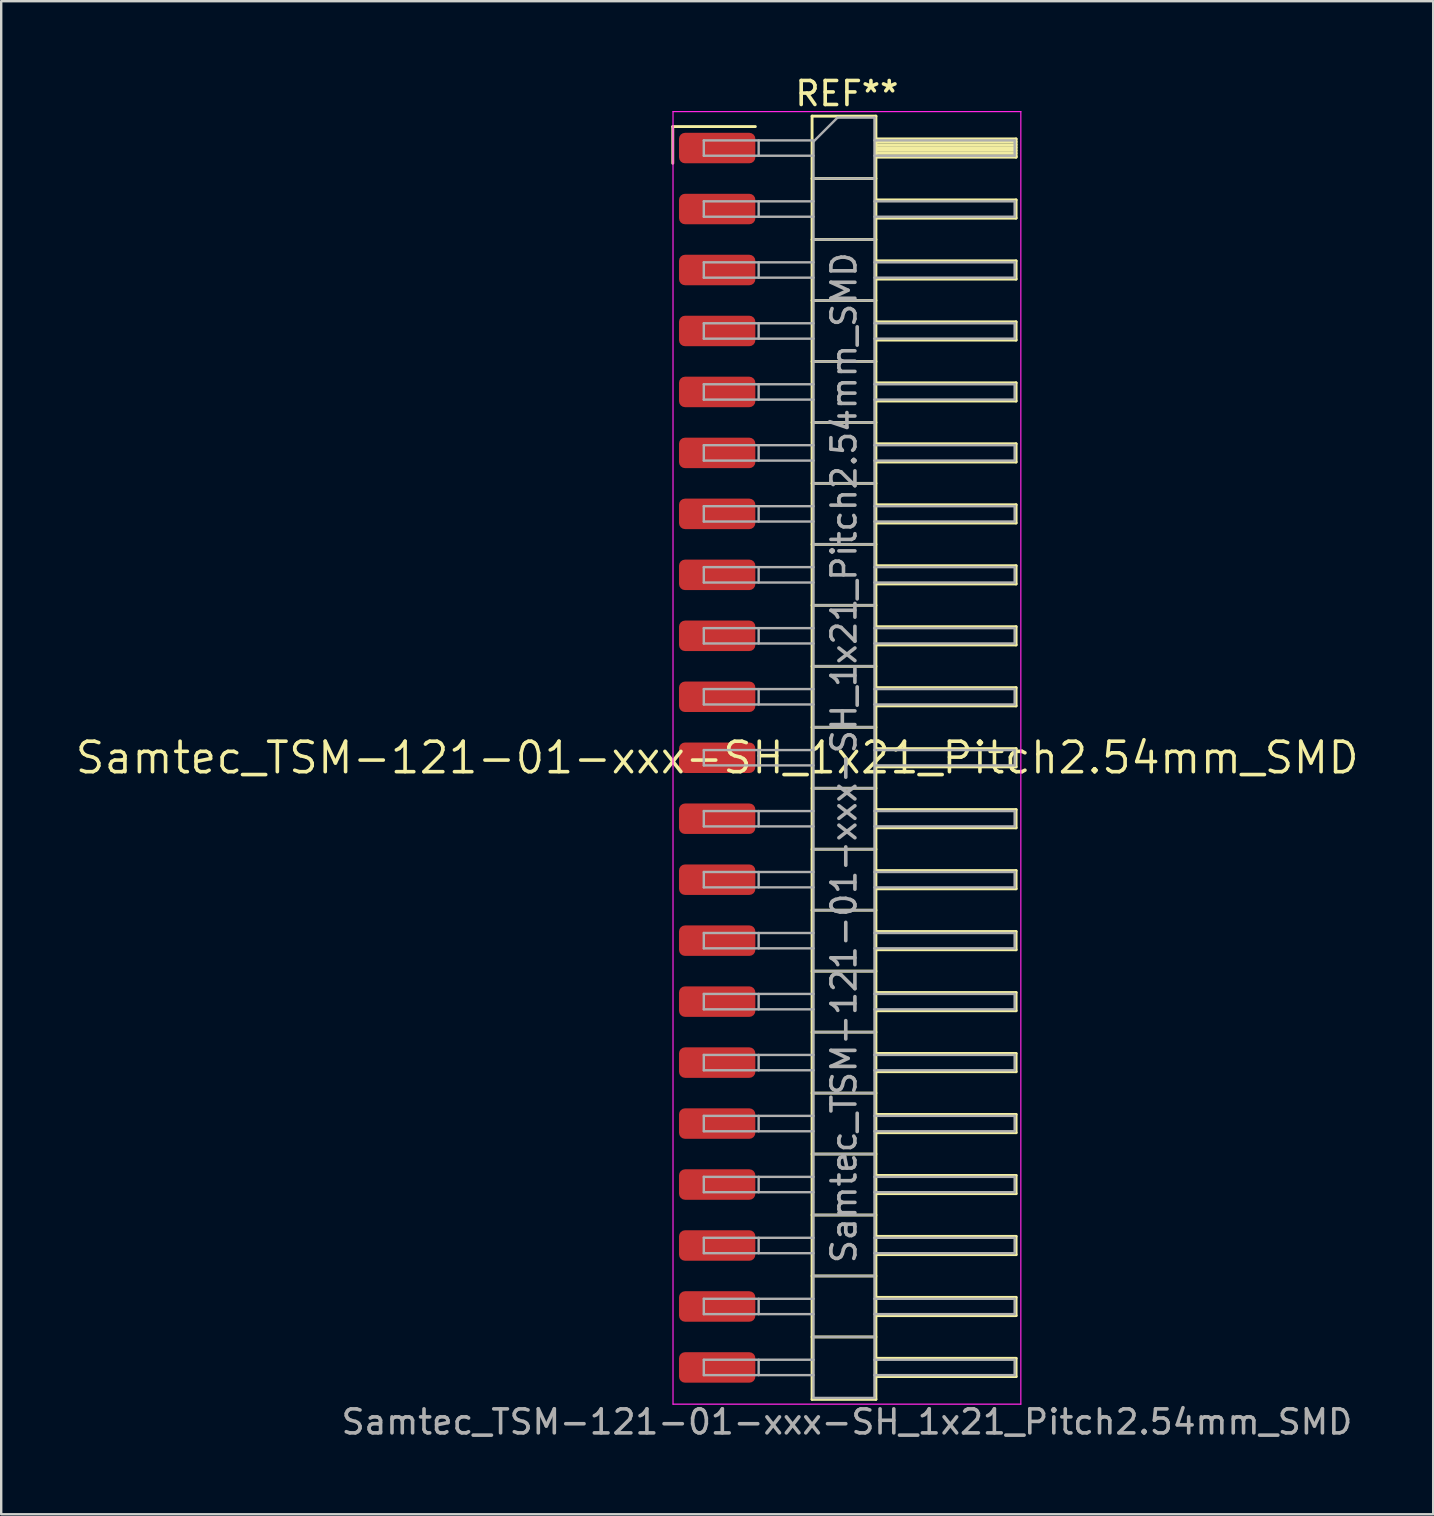
<source format=kicad_pcb>
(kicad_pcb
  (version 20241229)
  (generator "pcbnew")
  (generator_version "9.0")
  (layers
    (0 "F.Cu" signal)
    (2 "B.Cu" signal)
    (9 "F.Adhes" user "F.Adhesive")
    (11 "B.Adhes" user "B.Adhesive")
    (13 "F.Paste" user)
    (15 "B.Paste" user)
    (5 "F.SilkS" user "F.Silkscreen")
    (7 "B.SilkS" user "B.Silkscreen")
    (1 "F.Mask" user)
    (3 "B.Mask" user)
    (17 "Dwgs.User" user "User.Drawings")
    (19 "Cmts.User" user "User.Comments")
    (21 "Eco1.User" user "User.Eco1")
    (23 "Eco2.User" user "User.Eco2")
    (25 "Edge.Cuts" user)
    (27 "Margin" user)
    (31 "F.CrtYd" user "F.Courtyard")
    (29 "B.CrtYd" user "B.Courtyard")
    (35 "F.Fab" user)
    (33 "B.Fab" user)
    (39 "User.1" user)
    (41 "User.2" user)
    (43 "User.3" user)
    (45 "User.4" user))
  (footprint "Samtec_TSM-121-01-xxx-SH_1x21_Pitch2.54mm_SMD"
    (layer "F.Cu")
    (at 26.828 28.518)
    (property "Reference" "Samtec_TSM-121-01-xxx-SH_1x21_Pitch2.54mm_SMD" (at 0 0 0) (layer "F.SilkS") (effects (font (size 1.27 1.27) (thickness 0.15))))
    (attr smd)
    (fp_line (start -1.85 -26.295) (end 1.59 -26.295) (stroke (width 0.12) (type solid)) (layer "F.SilkS"))
    (fp_line (start -1.85 -24.765) (end -1.85 -26.295) (stroke (width 0.12) (type solid)) (layer "F.SilkS"))
    (fp_line (start 3.953 -26.73) (end 6.613 -26.73) (stroke (width 0.12) (type solid)) (layer "F.SilkS"))
    (fp_line (start 3.953 -24.13) (end 6.613 -24.13) (stroke (width 0.12) (type solid)) (layer "F.SilkS"))
    (fp_line (start 3.953 -21.59) (end 6.613 -21.59) (stroke (width 0.12) (type solid)) (layer "F.SilkS"))
    (fp_line (start 3.953 -19.05) (end 6.613 -19.05) (stroke (width 0.12) (type solid)) (layer "F.SilkS"))
    (fp_line (start 3.953 -16.51) (end 6.613 -16.51) (stroke (width 0.12) (type solid)) (layer "F.SilkS"))
    (fp_line (start 3.953 -13.97) (end 6.613 -13.97) (stroke (width 0.12) (type solid)) (layer "F.SilkS"))
    (fp_line (start 3.953 -11.43) (end 6.613 -11.43) (stroke (width 0.12) (type solid)) (layer "F.SilkS"))
    (fp_line (start 3.953 -8.89) (end 6.613 -8.89) (stroke (width 0.12) (type solid)) (layer "F.SilkS"))
    (fp_line (start 3.953 -6.35) (end 6.613 -6.35) (stroke (width 0.12) (type solid)) (layer "F.SilkS"))
    (fp_line (start 3.953 -3.81) (end 6.613 -3.81) (stroke (width 0.12) (type solid)) (layer "F.SilkS"))
    (fp_line (start 3.953 -1.27) (end 6.613 -1.27) (stroke (width 0.12) (type solid)) (layer "F.SilkS"))
    (fp_line (start 3.953 1.27) (end 6.613 1.27) (stroke (width 0.12) (type solid)) (layer "F.SilkS"))
    (fp_line (start 3.953 3.81) (end 6.613 3.81) (stroke (width 0.12) (type solid)) (layer "F.SilkS"))
    (fp_line (start 3.953 6.35) (end 6.613 6.35) (stroke (width 0.12) (type solid)) (layer "F.SilkS"))
    (fp_line (start 3.953 8.89) (end 6.613 8.89) (stroke (width 0.12) (type solid)) (layer "F.SilkS"))
    (fp_line (start 3.953 11.43) (end 6.613 11.43) (stroke (width 0.12) (type solid)) (layer "F.SilkS"))
    (fp_line (start 3.953 13.97) (end 6.613 13.97) (stroke (width 0.12) (type solid)) (layer "F.SilkS"))
    (fp_line (start 3.953 16.51) (end 6.613 16.51) (stroke (width 0.12) (type solid)) (layer "F.SilkS"))
    (fp_line (start 3.953 19.05) (end 6.613 19.05) (stroke (width 0.12) (type solid)) (layer "F.SilkS"))
    (fp_line (start 3.953 21.59) (end 6.613 21.59) (stroke (width 0.12) (type solid)) (layer "F.SilkS"))
    (fp_line (start 3.953 24.13) (end 6.613 24.13) (stroke (width 0.12) (type solid)) (layer "F.SilkS"))
    (fp_line (start 3.953 26.73) (end 3.953 -26.73) (stroke (width 0.12) (type solid)) (layer "F.SilkS"))
    (fp_line (start 6.613 -26.73) (end 6.613 26.73) (stroke (width 0.12) (type solid)) (layer "F.SilkS"))
    (fp_line (start 6.613 -25.78) (end 12.453 -25.78) (stroke (width 0.12) (type solid)) (layer "F.SilkS"))
    (fp_line (start 6.613 -25.66) (end 12.453 -25.66) (stroke (width 0.12) (type solid)) (layer "F.SilkS"))
    (fp_line (start 6.613 -25.54) (end 12.453 -25.54) (stroke (width 0.12) (type solid)) (layer "F.SilkS"))
    (fp_line (start 6.613 -25.42) (end 12.453 -25.42) (stroke (width 0.12) (type solid)) (layer "F.SilkS"))
    (fp_line (start 6.613 -25.3) (end 12.453 -25.3) (stroke (width 0.12) (type solid)) (layer "F.SilkS"))
    (fp_line (start 6.613 -25.18) (end 12.453 -25.18) (stroke (width 0.12) (type solid)) (layer "F.SilkS"))
    (fp_line (start 6.613 -25.06) (end 12.453 -25.06) (stroke (width 0.12) (type solid)) (layer "F.SilkS"))
    (fp_line (start 6.613 -25.02) (end 12.453 -25.02) (stroke (width 0.12) (type solid)) (layer "F.SilkS"))
    (fp_line (start 6.613 -23.24) (end 12.453 -23.24) (stroke (width 0.12) (type solid)) (layer "F.SilkS"))
    (fp_line (start 6.613 -22.48) (end 12.453 -22.48) (stroke (width 0.12) (type solid)) (layer "F.SilkS"))
    (fp_line (start 6.613 -20.7) (end 12.453 -20.7) (stroke (width 0.12) (type solid)) (layer "F.SilkS"))
    (fp_line (start 6.613 -19.94) (end 12.453 -19.94) (stroke (width 0.12) (type solid)) (layer "F.SilkS"))
    (fp_line (start 6.613 -18.16) (end 12.453 -18.16) (stroke (width 0.12) (type solid)) (layer "F.SilkS"))
    (fp_line (start 6.613 -17.4) (end 12.453 -17.4) (stroke (width 0.12) (type solid)) (layer "F.SilkS"))
    (fp_line (start 6.613 -15.62) (end 12.453 -15.62) (stroke (width 0.12) (type solid)) (layer "F.SilkS"))
    (fp_line (start 6.613 -14.86) (end 12.453 -14.86) (stroke (width 0.12) (type solid)) (layer "F.SilkS"))
    (fp_line (start 6.613 -13.08) (end 12.453 -13.08) (stroke (width 0.12) (type solid)) (layer "F.SilkS"))
    (fp_line (start 6.613 -12.32) (end 12.453 -12.32) (stroke (width 0.12) (type solid)) (layer "F.SilkS"))
    (fp_line (start 6.613 -10.54) (end 12.453 -10.54) (stroke (width 0.12) (type solid)) (layer "F.SilkS"))
    (fp_line (start 6.613 -9.78) (end 12.453 -9.78) (stroke (width 0.12) (type solid)) (layer "F.SilkS"))
    (fp_line (start 6.613 -8) (end 12.453 -8) (stroke (width 0.12) (type solid)) (layer "F.SilkS"))
    (fp_line (start 6.613 -7.24) (end 12.453 -7.24) (stroke (width 0.12) (type solid)) (layer "F.SilkS"))
    (fp_line (start 6.613 -5.46) (end 12.453 -5.46) (stroke (width 0.12) (type solid)) (layer "F.SilkS"))
    (fp_line (start 6.613 -4.7) (end 12.453 -4.7) (stroke (width 0.12) (type solid)) (layer "F.SilkS"))
    (fp_line (start 6.613 -2.92) (end 12.453 -2.92) (stroke (width 0.12) (type solid)) (layer "F.SilkS"))
    (fp_line (start 6.613 -2.16) (end 12.453 -2.16) (stroke (width 0.12) (type solid)) (layer "F.SilkS"))
    (fp_line (start 6.613 -0.38) (end 12.453 -0.38) (stroke (width 0.12) (type solid)) (layer "F.SilkS"))
    (fp_line (start 6.613 0.38) (end 12.453 0.38) (stroke (width 0.12) (type solid)) (layer "F.SilkS"))
    (fp_line (start 6.613 2.16) (end 12.453 2.16) (stroke (width 0.12) (type solid)) (layer "F.SilkS"))
    (fp_line (start 6.613 2.92) (end 12.453 2.92) (stroke (width 0.12) (type solid)) (layer "F.SilkS"))
    (fp_line (start 6.613 4.7) (end 12.453 4.7) (stroke (width 0.12) (type solid)) (layer "F.SilkS"))
    (fp_line (start 6.613 5.46) (end 12.453 5.46) (stroke (width 0.12) (type solid)) (layer "F.SilkS"))
    (fp_line (start 6.613 7.24) (end 12.453 7.24) (stroke (width 0.12) (type solid)) (layer "F.SilkS"))
    (fp_line (start 6.613 8) (end 12.453 8) (stroke (width 0.12) (type solid)) (layer "F.SilkS"))
    (fp_line (start 6.613 9.78) (end 12.453 9.78) (stroke (width 0.12) (type solid)) (layer "F.SilkS"))
    (fp_line (start 6.613 10.54) (end 12.453 10.54) (stroke (width 0.12) (type solid)) (layer "F.SilkS"))
    (fp_line (start 6.613 12.32) (end 12.453 12.32) (stroke (width 0.12) (type solid)) (layer "F.SilkS"))
    (fp_line (start 6.613 13.08) (end 12.453 13.08) (stroke (width 0.12) (type solid)) (layer "F.SilkS"))
    (fp_line (start 6.613 14.86) (end 12.453 14.86) (stroke (width 0.12) (type solid)) (layer "F.SilkS"))
    (fp_line (start 6.613 15.62) (end 12.453 15.62) (stroke (width 0.12) (type solid)) (layer "F.SilkS"))
    (fp_line (start 6.613 17.4) (end 12.453 17.4) (stroke (width 0.12) (type solid)) (layer "F.SilkS"))
    (fp_line (start 6.613 18.16) (end 12.453 18.16) (stroke (width 0.12) (type solid)) (layer "F.SilkS"))
    (fp_line (start 6.613 19.94) (end 12.453 19.94) (stroke (width 0.12) (type solid)) (layer "F.SilkS"))
    (fp_line (start 6.613 20.7) (end 12.453 20.7) (stroke (width 0.12) (type solid)) (layer "F.SilkS"))
    (fp_line (start 6.613 22.48) (end 12.453 22.48) (stroke (width 0.12) (type solid)) (layer "F.SilkS"))
    (fp_line (start 6.613 23.24) (end 12.453 23.24) (stroke (width 0.12) (type solid)) (layer "F.SilkS"))
    (fp_line (start 6.613 25.02) (end 12.453 25.02) (stroke (width 0.12) (type solid)) (layer "F.SilkS"))
    (fp_line (start 6.613 25.78) (end 12.453 25.78) (stroke (width 0.12) (type solid)) (layer "F.SilkS"))
    (fp_line (start 6.613 26.73) (end 3.953 26.73) (stroke (width 0.12) (type solid)) (layer "F.SilkS"))
    (fp_line (start 12.453 -25.78) (end 12.453 -25.02) (stroke (width 0.12) (type solid)) (layer "F.SilkS"))
    (fp_line (start 12.453 -23.24) (end 12.453 -22.48) (stroke (width 0.12) (type solid)) (layer "F.SilkS"))
    (fp_line (start 12.453 -20.7) (end 12.453 -19.94) (stroke (width 0.12) (type solid)) (layer "F.SilkS"))
    (fp_line (start 12.453 -18.16) (end 12.453 -17.4) (stroke (width 0.12) (type solid)) (layer "F.SilkS"))
    (fp_line (start 12.453 -15.62) (end 12.453 -14.86) (stroke (width 0.12) (type solid)) (layer "F.SilkS"))
    (fp_line (start 12.453 -13.08) (end 12.453 -12.32) (stroke (width 0.12) (type solid)) (layer "F.SilkS"))
    (fp_line (start 12.453 -10.54) (end 12.453 -9.78) (stroke (width 0.12) (type solid)) (layer "F.SilkS"))
    (fp_line (start 12.453 -8) (end 12.453 -7.24) (stroke (width 0.12) (type solid)) (layer "F.SilkS"))
    (fp_line (start 12.453 -5.46) (end 12.453 -4.7) (stroke (width 0.12) (type solid)) (layer "F.SilkS"))
    (fp_line (start 12.453 -2.92) (end 12.453 -2.16) (stroke (width 0.12) (type solid)) (layer "F.SilkS"))
    (fp_line (start 12.453 -0.38) (end 12.453 0.38) (stroke (width 0.12) (type solid)) (layer "F.SilkS"))
    (fp_line (start 12.453 2.16) (end 12.453 2.92) (stroke (width 0.12) (type solid)) (layer "F.SilkS"))
    (fp_line (start 12.453 4.7) (end 12.453 5.46) (stroke (width 0.12) (type solid)) (layer "F.SilkS"))
    (fp_line (start 12.453 7.24) (end 12.453 8) (stroke (width 0.12) (type solid)) (layer "F.SilkS"))
    (fp_line (start 12.453 9.78) (end 12.453 10.54) (stroke (width 0.12) (type solid)) (layer "F.SilkS"))
    (fp_line (start 12.453 12.32) (end 12.453 13.08) (stroke (width 0.12) (type solid)) (layer "F.SilkS"))
    (fp_line (start 12.453 14.86) (end 12.453 15.62) (stroke (width 0.12) (type solid)) (layer "F.SilkS"))
    (fp_line (start 12.453 17.4) (end 12.453 18.16) (stroke (width 0.12) (type solid)) (layer "F.SilkS"))
    (fp_line (start 12.453 19.94) (end 12.453 20.7) (stroke (width 0.12) (type solid)) (layer "F.SilkS"))
    (fp_line (start 12.453 22.48) (end 12.453 23.24) (stroke (width 0.12) (type solid)) (layer "F.SilkS"))
    (fp_line (start 12.453 25.02) (end 12.453 25.78) (stroke (width 0.12) (type solid)) (layer "F.SilkS"))
    (fp_line (start -1.84 -26.92) (end 12.65 -26.92) (stroke (width 0.05) (type solid)) (layer "F.CrtYd"))
    (fp_line (start -1.84 26.93) (end -1.84 -26.92) (stroke (width 0.05) (type solid)) (layer "F.CrtYd"))
    (fp_line (start 12.65 -26.92) (end 12.65 26.93) (stroke (width 0.05) (type solid)) (layer "F.CrtYd"))
    (fp_line (start 12.65 26.93) (end -1.84 26.93) (stroke (width 0.05) (type solid)) (layer "F.CrtYd"))
    (fp_line (start -0.557 -25.72) (end -0.557 -25.08) (stroke (width 0.1) (type solid)) (layer "F.Fab"))
    (fp_line (start -0.557 -25.72) (end 4.013 -25.72) (stroke (width 0.1) (type solid)) (layer "F.Fab"))
    (fp_line (start -0.557 -25.08) (end 4.013 -25.08) (stroke (width 0.1) (type solid)) (layer "F.Fab"))
    (fp_line (start -0.557 -23.18) (end -0.557 -22.54) (stroke (width 0.1) (type solid)) (layer "F.Fab"))
    (fp_line (start -0.557 -23.18) (end 4.013 -23.18) (stroke (width 0.1) (type solid)) (layer "F.Fab"))
    (fp_line (start -0.557 -22.54) (end 4.013 -22.54) (stroke (width 0.1) (type solid)) (layer "F.Fab"))
    (fp_line (start -0.557 -20.64) (end -0.557 -20) (stroke (width 0.1) (type solid)) (layer "F.Fab"))
    (fp_line (start -0.557 -20.64) (end 4.013 -20.64) (stroke (width 0.1) (type solid)) (layer "F.Fab"))
    (fp_line (start -0.557 -20) (end 4.013 -20) (stroke (width 0.1) (type solid)) (layer "F.Fab"))
    (fp_line (start -0.557 -18.1) (end -0.557 -17.46) (stroke (width 0.1) (type solid)) (layer "F.Fab"))
    (fp_line (start -0.557 -18.1) (end 4.013 -18.1) (stroke (width 0.1) (type solid)) (layer "F.Fab"))
    (fp_line (start -0.557 -17.46) (end 4.013 -17.46) (stroke (width 0.1) (type solid)) (layer "F.Fab"))
    (fp_line (start -0.557 -15.56) (end -0.557 -14.92) (stroke (width 0.1) (type solid)) (layer "F.Fab"))
    (fp_line (start -0.557 -15.56) (end 4.013 -15.56) (stroke (width 0.1) (type solid)) (layer "F.Fab"))
    (fp_line (start -0.557 -14.92) (end 4.013 -14.92) (stroke (width 0.1) (type solid)) (layer "F.Fab"))
    (fp_line (start -0.557 -13.02) (end -0.557 -12.38) (stroke (width 0.1) (type solid)) (layer "F.Fab"))
    (fp_line (start -0.557 -13.02) (end 4.013 -13.02) (stroke (width 0.1) (type solid)) (layer "F.Fab"))
    (fp_line (start -0.557 -12.38) (end 4.013 -12.38) (stroke (width 0.1) (type solid)) (layer "F.Fab"))
    (fp_line (start -0.557 -10.48) (end -0.557 -9.84) (stroke (width 0.1) (type solid)) (layer "F.Fab"))
    (fp_line (start -0.557 -10.48) (end 4.013 -10.48) (stroke (width 0.1) (type solid)) (layer "F.Fab"))
    (fp_line (start -0.557 -9.84) (end 4.013 -9.84) (stroke (width 0.1) (type solid)) (layer "F.Fab"))
    (fp_line (start -0.557 -7.94) (end -0.557 -7.3) (stroke (width 0.1) (type solid)) (layer "F.Fab"))
    (fp_line (start -0.557 -7.94) (end 4.013 -7.94) (stroke (width 0.1) (type solid)) (layer "F.Fab"))
    (fp_line (start -0.557 -7.3) (end 4.013 -7.3) (stroke (width 0.1) (type solid)) (layer "F.Fab"))
    (fp_line (start -0.557 -5.4) (end -0.557 -4.76) (stroke (width 0.1) (type solid)) (layer "F.Fab"))
    (fp_line (start -0.557 -5.4) (end 4.013 -5.4) (stroke (width 0.1) (type solid)) (layer "F.Fab"))
    (fp_line (start -0.557 -4.76) (end 4.013 -4.76) (stroke (width 0.1) (type solid)) (layer "F.Fab"))
    (fp_line (start -0.557 -2.86) (end -0.557 -2.22) (stroke (width 0.1) (type solid)) (layer "F.Fab"))
    (fp_line (start -0.557 -2.86) (end 4.013 -2.86) (stroke (width 0.1) (type solid)) (layer "F.Fab"))
    (fp_line (start -0.557 -2.22) (end 4.013 -2.22) (stroke (width 0.1) (type solid)) (layer "F.Fab"))
    (fp_line (start -0.557 -0.32) (end -0.557 0.32) (stroke (width 0.1) (type solid)) (layer "F.Fab"))
    (fp_line (start -0.557 -0.32) (end 4.013 -0.32) (stroke (width 0.1) (type solid)) (layer "F.Fab"))
    (fp_line (start -0.557 0.32) (end 4.013 0.32) (stroke (width 0.1) (type solid)) (layer "F.Fab"))
    (fp_line (start -0.557 2.22) (end -0.557 2.86) (stroke (width 0.1) (type solid)) (layer "F.Fab"))
    (fp_line (start -0.557 2.22) (end 4.013 2.22) (stroke (width 0.1) (type solid)) (layer "F.Fab"))
    (fp_line (start -0.557 2.86) (end 4.013 2.86) (stroke (width 0.1) (type solid)) (layer "F.Fab"))
    (fp_line (start -0.557 4.76) (end -0.557 5.4) (stroke (width 0.1) (type solid)) (layer "F.Fab"))
    (fp_line (start -0.557 4.76) (end 4.013 4.76) (stroke (width 0.1) (type solid)) (layer "F.Fab"))
    (fp_line (start -0.557 5.4) (end 4.013 5.4) (stroke (width 0.1) (type solid)) (layer "F.Fab"))
    (fp_line (start -0.557 7.3) (end -0.557 7.94) (stroke (width 0.1) (type solid)) (layer "F.Fab"))
    (fp_line (start -0.557 7.3) (end 4.013 7.3) (stroke (width 0.1) (type solid)) (layer "F.Fab"))
    (fp_line (start -0.557 7.94) (end 4.013 7.94) (stroke (width 0.1) (type solid)) (layer "F.Fab"))
    (fp_line (start -0.557 9.84) (end -0.557 10.48) (stroke (width 0.1) (type solid)) (layer "F.Fab"))
    (fp_line (start -0.557 9.84) (end 4.013 9.84) (stroke (width 0.1) (type solid)) (layer "F.Fab"))
    (fp_line (start -0.557 10.48) (end 4.013 10.48) (stroke (width 0.1) (type solid)) (layer "F.Fab"))
    (fp_line (start -0.557 12.38) (end -0.557 13.02) (stroke (width 0.1) (type solid)) (layer "F.Fab"))
    (fp_line (start -0.557 12.38) (end 4.013 12.38) (stroke (width 0.1) (type solid)) (layer "F.Fab"))
    (fp_line (start -0.557 13.02) (end 4.013 13.02) (stroke (width 0.1) (type solid)) (layer "F.Fab"))
    (fp_line (start -0.557 14.92) (end -0.557 15.56) (stroke (width 0.1) (type solid)) (layer "F.Fab"))
    (fp_line (start -0.557 14.92) (end 4.013 14.92) (stroke (width 0.1) (type solid)) (layer "F.Fab"))
    (fp_line (start -0.557 15.56) (end 4.013 15.56) (stroke (width 0.1) (type solid)) (layer "F.Fab"))
    (fp_line (start -0.557 17.46) (end -0.557 18.1) (stroke (width 0.1) (type solid)) (layer "F.Fab"))
    (fp_line (start -0.557 17.46) (end 4.013 17.46) (stroke (width 0.1) (type solid)) (layer "F.Fab"))
    (fp_line (start -0.557 18.1) (end 4.013 18.1) (stroke (width 0.1) (type solid)) (layer "F.Fab"))
    (fp_line (start -0.557 20) (end -0.557 20.64) (stroke (width 0.1) (type solid)) (layer "F.Fab"))
    (fp_line (start -0.557 20) (end 4.013 20) (stroke (width 0.1) (type solid)) (layer "F.Fab"))
    (fp_line (start -0.557 20.64) (end 4.013 20.64) (stroke (width 0.1) (type solid)) (layer "F.Fab"))
    (fp_line (start -0.557 22.54) (end -0.557 23.18) (stroke (width 0.1) (type solid)) (layer "F.Fab"))
    (fp_line (start -0.557 22.54) (end 4.013 22.54) (stroke (width 0.1) (type solid)) (layer "F.Fab"))
    (fp_line (start -0.557 23.18) (end 4.013 23.18) (stroke (width 0.1) (type solid)) (layer "F.Fab"))
    (fp_line (start -0.557 25.08) (end -0.557 25.72) (stroke (width 0.1) (type solid)) (layer "F.Fab"))
    (fp_line (start -0.557 25.08) (end 4.013 25.08) (stroke (width 0.1) (type solid)) (layer "F.Fab"))
    (fp_line (start -0.557 25.72) (end 4.013 25.72) (stroke (width 0.1) (type solid)) (layer "F.Fab"))
    (fp_line (start 1.728 -25.72) (end 1.728 -25.08) (stroke (width 0.1) (type solid)) (layer "F.Fab"))
    (fp_line (start 1.728 -23.18) (end 1.728 -22.54) (stroke (width 0.1) (type solid)) (layer "F.Fab"))
    (fp_line (start 1.728 -20.64) (end 1.728 -20) (stroke (width 0.1) (type solid)) (layer "F.Fab"))
    (fp_line (start 1.728 -18.1) (end 1.728 -17.46) (stroke (width 0.1) (type solid)) (layer "F.Fab"))
    (fp_line (start 1.728 -15.56) (end 1.728 -14.92) (stroke (width 0.1) (type solid)) (layer "F.Fab"))
    (fp_line (start 1.728 -13.02) (end 1.728 -12.38) (stroke (width 0.1) (type solid)) (layer "F.Fab"))
    (fp_line (start 1.728 -10.48) (end 1.728 -9.84) (stroke (width 0.1) (type solid)) (layer "F.Fab"))
    (fp_line (start 1.728 -7.94) (end 1.728 -7.3) (stroke (width 0.1) (type solid)) (layer "F.Fab"))
    (fp_line (start 1.728 -5.4) (end 1.728 -4.76) (stroke (width 0.1) (type solid)) (layer "F.Fab"))
    (fp_line (start 1.728 -2.86) (end 1.728 -2.22) (stroke (width 0.1) (type solid)) (layer "F.Fab"))
    (fp_line (start 1.728 -0.32) (end 1.728 0.32) (stroke (width 0.1) (type solid)) (layer "F.Fab"))
    (fp_line (start 1.728 2.22) (end 1.728 2.86) (stroke (width 0.1) (type solid)) (layer "F.Fab"))
    (fp_line (start 1.728 4.76) (end 1.728 5.4) (stroke (width 0.1) (type solid)) (layer "F.Fab"))
    (fp_line (start 1.728 7.3) (end 1.728 7.94) (stroke (width 0.1) (type solid)) (layer "F.Fab"))
    (fp_line (start 1.728 9.84) (end 1.728 10.48) (stroke (width 0.1) (type solid)) (layer "F.Fab"))
    (fp_line (start 1.728 12.38) (end 1.728 13.02) (stroke (width 0.1) (type solid)) (layer "F.Fab"))
    (fp_line (start 1.728 14.92) (end 1.728 15.56) (stroke (width 0.1) (type solid)) (layer "F.Fab"))
    (fp_line (start 1.728 17.46) (end 1.728 18.1) (stroke (width 0.1) (type solid)) (layer "F.Fab"))
    (fp_line (start 1.728 20) (end 1.728 20.64) (stroke (width 0.1) (type solid)) (layer "F.Fab"))
    (fp_line (start 1.728 22.54) (end 1.728 23.18) (stroke (width 0.1) (type solid)) (layer "F.Fab"))
    (fp_line (start 1.728 25.08) (end 1.728 25.72) (stroke (width 0.1) (type solid)) (layer "F.Fab"))
    (fp_line (start 4.013 -25.67) (end 5.013 -26.67) (stroke (width 0.1) (type solid)) (layer "F.Fab"))
    (fp_line (start 4.013 -24.13) (end 6.553 -24.13) (stroke (width 0.1) (type solid)) (layer "F.Fab"))
    (fp_line (start 4.013 -21.59) (end 6.553 -21.59) (stroke (width 0.1) (type solid)) (layer "F.Fab"))
    (fp_line (start 4.013 -19.05) (end 6.553 -19.05) (stroke (width 0.1) (type solid)) (layer "F.Fab"))
    (fp_line (start 4.013 -16.51) (end 6.553 -16.51) (stroke (width 0.1) (type solid)) (layer "F.Fab"))
    (fp_line (start 4.013 -13.97) (end 6.553 -13.97) (stroke (width 0.1) (type solid)) (layer "F.Fab"))
    (fp_line (start 4.013 -11.43) (end 6.553 -11.43) (stroke (width 0.1) (type solid)) (layer "F.Fab"))
    (fp_line (start 4.013 -8.89) (end 6.553 -8.89) (stroke (width 0.1) (type solid)) (layer "F.Fab"))
    (fp_line (start 4.013 -6.35) (end 6.553 -6.35) (stroke (width 0.1) (type solid)) (layer "F.Fab"))
    (fp_line (start 4.013 -3.81) (end 6.553 -3.81) (stroke (width 0.1) (type solid)) (layer "F.Fab"))
    (fp_line (start 4.013 -1.27) (end 6.553 -1.27) (stroke (width 0.1) (type solid)) (layer "F.Fab"))
    (fp_line (start 4.013 1.27) (end 6.553 1.27) (stroke (width 0.1) (type solid)) (layer "F.Fab"))
    (fp_line (start 4.013 3.81) (end 6.553 3.81) (stroke (width 0.1) (type solid)) (layer "F.Fab"))
    (fp_line (start 4.013 6.35) (end 6.553 6.35) (stroke (width 0.1) (type solid)) (layer "F.Fab"))
    (fp_line (start 4.013 8.89) (end 6.553 8.89) (stroke (width 0.1) (type solid)) (layer "F.Fab"))
    (fp_line (start 4.013 11.43) (end 6.553 11.43) (stroke (width 0.1) (type solid)) (layer "F.Fab"))
    (fp_line (start 4.013 13.97) (end 6.553 13.97) (stroke (width 0.1) (type solid)) (layer "F.Fab"))
    (fp_line (start 4.013 16.51) (end 6.553 16.51) (stroke (width 0.1) (type solid)) (layer "F.Fab"))
    (fp_line (start 4.013 19.05) (end 6.553 19.05) (stroke (width 0.1) (type solid)) (layer "F.Fab"))
    (fp_line (start 4.013 21.59) (end 6.553 21.59) (stroke (width 0.1) (type solid)) (layer "F.Fab"))
    (fp_line (start 4.013 24.13) (end 6.553 24.13) (stroke (width 0.1) (type solid)) (layer "F.Fab"))
    (fp_line (start 4.013 26.67) (end 4.013 -25.67) (stroke (width 0.1) (type solid)) (layer "F.Fab"))
    (fp_line (start 5.013 -26.67) (end 6.553 -26.67) (stroke (width 0.1) (type solid)) (layer "F.Fab"))
    (fp_line (start 6.553 -26.67) (end 6.553 26.67) (stroke (width 0.1) (type solid)) (layer "F.Fab"))
    (fp_line (start 6.553 -25.72) (end 12.393 -25.72) (stroke (width 0.1) (type solid)) (layer "F.Fab"))
    (fp_line (start 6.553 -25.08) (end 12.393 -25.08) (stroke (width 0.1) (type solid)) (layer "F.Fab"))
    (fp_line (start 6.553 -23.18) (end 12.393 -23.18) (stroke (width 0.1) (type solid)) (layer "F.Fab"))
    (fp_line (start 6.553 -22.54) (end 12.393 -22.54) (stroke (width 0.1) (type solid)) (layer "F.Fab"))
    (fp_line (start 6.553 -20.64) (end 12.393 -20.64) (stroke (width 0.1) (type solid)) (layer "F.Fab"))
    (fp_line (start 6.553 -20) (end 12.393 -20) (stroke (width 0.1) (type solid)) (layer "F.Fab"))
    (fp_line (start 6.553 -18.1) (end 12.393 -18.1) (stroke (width 0.1) (type solid)) (layer "F.Fab"))
    (fp_line (start 6.553 -17.46) (end 12.393 -17.46) (stroke (width 0.1) (type solid)) (layer "F.Fab"))
    (fp_line (start 6.553 -15.56) (end 12.393 -15.56) (stroke (width 0.1) (type solid)) (layer "F.Fab"))
    (fp_line (start 6.553 -14.92) (end 12.393 -14.92) (stroke (width 0.1) (type solid)) (layer "F.Fab"))
    (fp_line (start 6.553 -13.02) (end 12.393 -13.02) (stroke (width 0.1) (type solid)) (layer "F.Fab"))
    (fp_line (start 6.553 -12.38) (end 12.393 -12.38) (stroke (width 0.1) (type solid)) (layer "F.Fab"))
    (fp_line (start 6.553 -10.48) (end 12.393 -10.48) (stroke (width 0.1) (type solid)) (layer "F.Fab"))
    (fp_line (start 6.553 -9.84) (end 12.393 -9.84) (stroke (width 0.1) (type solid)) (layer "F.Fab"))
    (fp_line (start 6.553 -7.94) (end 12.393 -7.94) (stroke (width 0.1) (type solid)) (layer "F.Fab"))
    (fp_line (start 6.553 -7.3) (end 12.393 -7.3) (stroke (width 0.1) (type solid)) (layer "F.Fab"))
    (fp_line (start 6.553 -5.4) (end 12.393 -5.4) (stroke (width 0.1) (type solid)) (layer "F.Fab"))
    (fp_line (start 6.553 -4.76) (end 12.393 -4.76) (stroke (width 0.1) (type solid)) (layer "F.Fab"))
    (fp_line (start 6.553 -2.86) (end 12.393 -2.86) (stroke (width 0.1) (type solid)) (layer "F.Fab"))
    (fp_line (start 6.553 -2.22) (end 12.393 -2.22) (stroke (width 0.1) (type solid)) (layer "F.Fab"))
    (fp_line (start 6.553 -0.32) (end 12.393 -0.32) (stroke (width 0.1) (type solid)) (layer "F.Fab"))
    (fp_line (start 6.553 0.32) (end 12.393 0.32) (stroke (width 0.1) (type solid)) (layer "F.Fab"))
    (fp_line (start 6.553 2.22) (end 12.393 2.22) (stroke (width 0.1) (type solid)) (layer "F.Fab"))
    (fp_line (start 6.553 2.86) (end 12.393 2.86) (stroke (width 0.1) (type solid)) (layer "F.Fab"))
    (fp_line (start 6.553 4.76) (end 12.393 4.76) (stroke (width 0.1) (type solid)) (layer "F.Fab"))
    (fp_line (start 6.553 5.4) (end 12.393 5.4) (stroke (width 0.1) (type solid)) (layer "F.Fab"))
    (fp_line (start 6.553 7.3) (end 12.393 7.3) (stroke (width 0.1) (type solid)) (layer "F.Fab"))
    (fp_line (start 6.553 7.94) (end 12.393 7.94) (stroke (width 0.1) (type solid)) (layer "F.Fab"))
    (fp_line (start 6.553 9.84) (end 12.393 9.84) (stroke (width 0.1) (type solid)) (layer "F.Fab"))
    (fp_line (start 6.553 10.48) (end 12.393 10.48) (stroke (width 0.1) (type solid)) (layer "F.Fab"))
    (fp_line (start 6.553 12.38) (end 12.393 12.38) (stroke (width 0.1) (type solid)) (layer "F.Fab"))
    (fp_line (start 6.553 13.02) (end 12.393 13.02) (stroke (width 0.1) (type solid)) (layer "F.Fab"))
    (fp_line (start 6.553 14.92) (end 12.393 14.92) (stroke (width 0.1) (type solid)) (layer "F.Fab"))
    (fp_line (start 6.553 15.56) (end 12.393 15.56) (stroke (width 0.1) (type solid)) (layer "F.Fab"))
    (fp_line (start 6.553 17.46) (end 12.393 17.46) (stroke (width 0.1) (type solid)) (layer "F.Fab"))
    (fp_line (start 6.553 18.1) (end 12.393 18.1) (stroke (width 0.1) (type solid)) (layer "F.Fab"))
    (fp_line (start 6.553 20) (end 12.393 20) (stroke (width 0.1) (type solid)) (layer "F.Fab"))
    (fp_line (start 6.553 20.64) (end 12.393 20.64) (stroke (width 0.1) (type solid)) (layer "F.Fab"))
    (fp_line (start 6.553 22.54) (end 12.393 22.54) (stroke (width 0.1) (type solid)) (layer "F.Fab"))
    (fp_line (start 6.553 23.18) (end 12.393 23.18) (stroke (width 0.1) (type solid)) (layer "F.Fab"))
    (fp_line (start 6.553 25.08) (end 12.393 25.08) (stroke (width 0.1) (type solid)) (layer "F.Fab"))
    (fp_line (start 6.553 25.72) (end 12.393 25.72) (stroke (width 0.1) (type solid)) (layer "F.Fab"))
    (fp_line (start 6.553 26.67) (end 4.013 26.67) (stroke (width 0.1) (type solid)) (layer "F.Fab"))
    (fp_line (start 12.393 -25.72) (end 12.393 -25.08) (stroke (width 0.1) (type solid)) (layer "F.Fab"))
    (fp_line (start 12.393 -23.18) (end 12.393 -22.54) (stroke (width 0.1) (type solid)) (layer "F.Fab"))
    (fp_line (start 12.393 -20.64) (end 12.393 -20) (stroke (width 0.1) (type solid)) (layer "F.Fab"))
    (fp_line (start 12.393 -18.1) (end 12.393 -17.46) (stroke (width 0.1) (type solid)) (layer "F.Fab"))
    (fp_line (start 12.393 -15.56) (end 12.393 -14.92) (stroke (width 0.1) (type solid)) (layer "F.Fab"))
    (fp_line (start 12.393 -13.02) (end 12.393 -12.38) (stroke (width 0.1) (type solid)) (layer "F.Fab"))
    (fp_line (start 12.393 -10.48) (end 12.393 -9.84) (stroke (width 0.1) (type solid)) (layer "F.Fab"))
    (fp_line (start 12.393 -7.94) (end 12.393 -7.3) (stroke (width 0.1) (type solid)) (layer "F.Fab"))
    (fp_line (start 12.393 -5.4) (end 12.393 -4.76) (stroke (width 0.1) (type solid)) (layer "F.Fab"))
    (fp_line (start 12.393 -2.86) (end 12.393 -2.22) (stroke (width 0.1) (type solid)) (layer "F.Fab"))
    (fp_line (start 12.393 -0.32) (end 12.393 0.32) (stroke (width 0.1) (type solid)) (layer "F.Fab"))
    (fp_line (start 12.393 2.22) (end 12.393 2.86) (stroke (width 0.1) (type solid)) (layer "F.Fab"))
    (fp_line (start 12.393 4.76) (end 12.393 5.4) (stroke (width 0.1) (type solid)) (layer "F.Fab"))
    (fp_line (start 12.393 7.3) (end 12.393 7.94) (stroke (width 0.1) (type solid)) (layer "F.Fab"))
    (fp_line (start 12.393 9.84) (end 12.393 10.48) (stroke (width 0.1) (type solid)) (layer "F.Fab"))
    (fp_line (start 12.393 12.38) (end 12.393 13.02) (stroke (width 0.1) (type solid)) (layer "F.Fab"))
    (fp_line (start 12.393 14.92) (end 12.393 15.56) (stroke (width 0.1) (type solid)) (layer "F.Fab"))
    (fp_line (start 12.393 17.46) (end 12.393 18.1) (stroke (width 0.1) (type solid)) (layer "F.Fab"))
    (fp_line (start 12.393 20) (end 12.393 20.64) (stroke (width 0.1) (type solid)) (layer "F.Fab"))
    (fp_line (start 12.393 22.54) (end 12.393 23.18) (stroke (width 0.1) (type solid)) (layer "F.Fab"))
    (fp_line (start 12.393 25.08) (end 12.393 25.72) (stroke (width 0.1) (type solid)) (layer "F.Fab"))
    (fp_text user "REF**" (at 5.405 -27.67 0) (layer "F.SilkS") (effects (font (size 1 1) (thickness 0.15))))
    (fp_text user "Samtec_TSM-121-01-xxx-SH_1x21_Pitch2.54mm_SMD" (at 5.405 27.67 0) (layer "F.Fab") (effects (font (size 1 1) (thickness 0.15))))
    (fp_text user "${REFERENCE}" (at 5.283 0 90) (layer "F.Fab") (effects (font (size 1 1) (thickness 0.15))))
    (pad "1" smd roundrect (at 0 -25.4) (size 3.18 1.27) (layers "F.Cu" "F.Mask" "F.Paste") (roundrect_rratio 0.197))
    (pad "2" smd roundrect (at 0 -22.86) (size 3.18 1.27) (layers "F.Cu" "F.Mask" "F.Paste") (roundrect_rratio 0.197))
    (pad "3" smd roundrect (at 0 -20.32) (size 3.18 1.27) (layers "F.Cu" "F.Mask" "F.Paste") (roundrect_rratio 0.197))
    (pad "4" smd roundrect (at 0 -17.78) (size 3.18 1.27) (layers "F.Cu" "F.Mask" "F.Paste") (roundrect_rratio 0.197))
    (pad "5" smd roundrect (at 0 -15.24) (size 3.18 1.27) (layers "F.Cu" "F.Mask" "F.Paste") (roundrect_rratio 0.197))
    (pad "6" smd roundrect (at 0 -12.7) (size 3.18 1.27) (layers "F.Cu" "F.Mask" "F.Paste") (roundrect_rratio 0.197))
    (pad "7" smd roundrect (at 0 -10.16) (size 3.18 1.27) (layers "F.Cu" "F.Mask" "F.Paste") (roundrect_rratio 0.197))
    (pad "8" smd roundrect (at 0 -7.62) (size 3.18 1.27) (layers "F.Cu" "F.Mask" "F.Paste") (roundrect_rratio 0.197))
    (pad "9" smd roundrect (at 0 -5.08) (size 3.18 1.27) (layers "F.Cu" "F.Mask" "F.Paste") (roundrect_rratio 0.197))
    (pad "10" smd roundrect (at 0 -2.54) (size 3.18 1.27) (layers "F.Cu" "F.Mask" "F.Paste") (roundrect_rratio 0.197))
    (pad "11" smd roundrect (at 0 0) (size 3.18 1.27) (layers "F.Cu" "F.Mask" "F.Paste") (roundrect_rratio 0.197))
    (pad "12" smd roundrect (at 0 2.54) (size 3.18 1.27) (layers "F.Cu" "F.Mask" "F.Paste") (roundrect_rratio 0.197))
    (pad "13" smd roundrect (at 0 5.08) (size 3.18 1.27) (layers "F.Cu" "F.Mask" "F.Paste") (roundrect_rratio 0.197))
    (pad "14" smd roundrect (at 0 7.62) (size 3.18 1.27) (layers "F.Cu" "F.Mask" "F.Paste") (roundrect_rratio 0.197))
    (pad "15" smd roundrect (at 0 10.16) (size 3.18 1.27) (layers "F.Cu" "F.Mask" "F.Paste") (roundrect_rratio 0.197))
    (pad "16" smd roundrect (at 0 12.7) (size 3.18 1.27) (layers "F.Cu" "F.Mask" "F.Paste") (roundrect_rratio 0.197))
    (pad "17" smd roundrect (at 0 15.24) (size 3.18 1.27) (layers "F.Cu" "F.Mask" "F.Paste") (roundrect_rratio 0.197))
    (pad "18" smd roundrect (at 0 17.78) (size 3.18 1.27) (layers "F.Cu" "F.Mask" "F.Paste") (roundrect_rratio 0.197))
    (pad "19" smd roundrect (at 0 20.32) (size 3.18 1.27) (layers "F.Cu" "F.Mask" "F.Paste") (roundrect_rratio 0.197))
    (pad "20" smd roundrect (at 0 22.86) (size 3.18 1.27) (layers "F.Cu" "F.Mask" "F.Paste") (roundrect_rratio 0.197))
    (pad "21" smd roundrect (at 0 25.4) (size 3.18 1.27) (layers "F.Cu" "F.Mask" "F.Paste") (roundrect_rratio 0.197)))
  (gr_rect
    (start -3 -3)
    (end 56.657 60.036)
    (stroke (width 0.1) (type default))
    (fill no)
    (layer "Edge.Cuts")))
</source>
